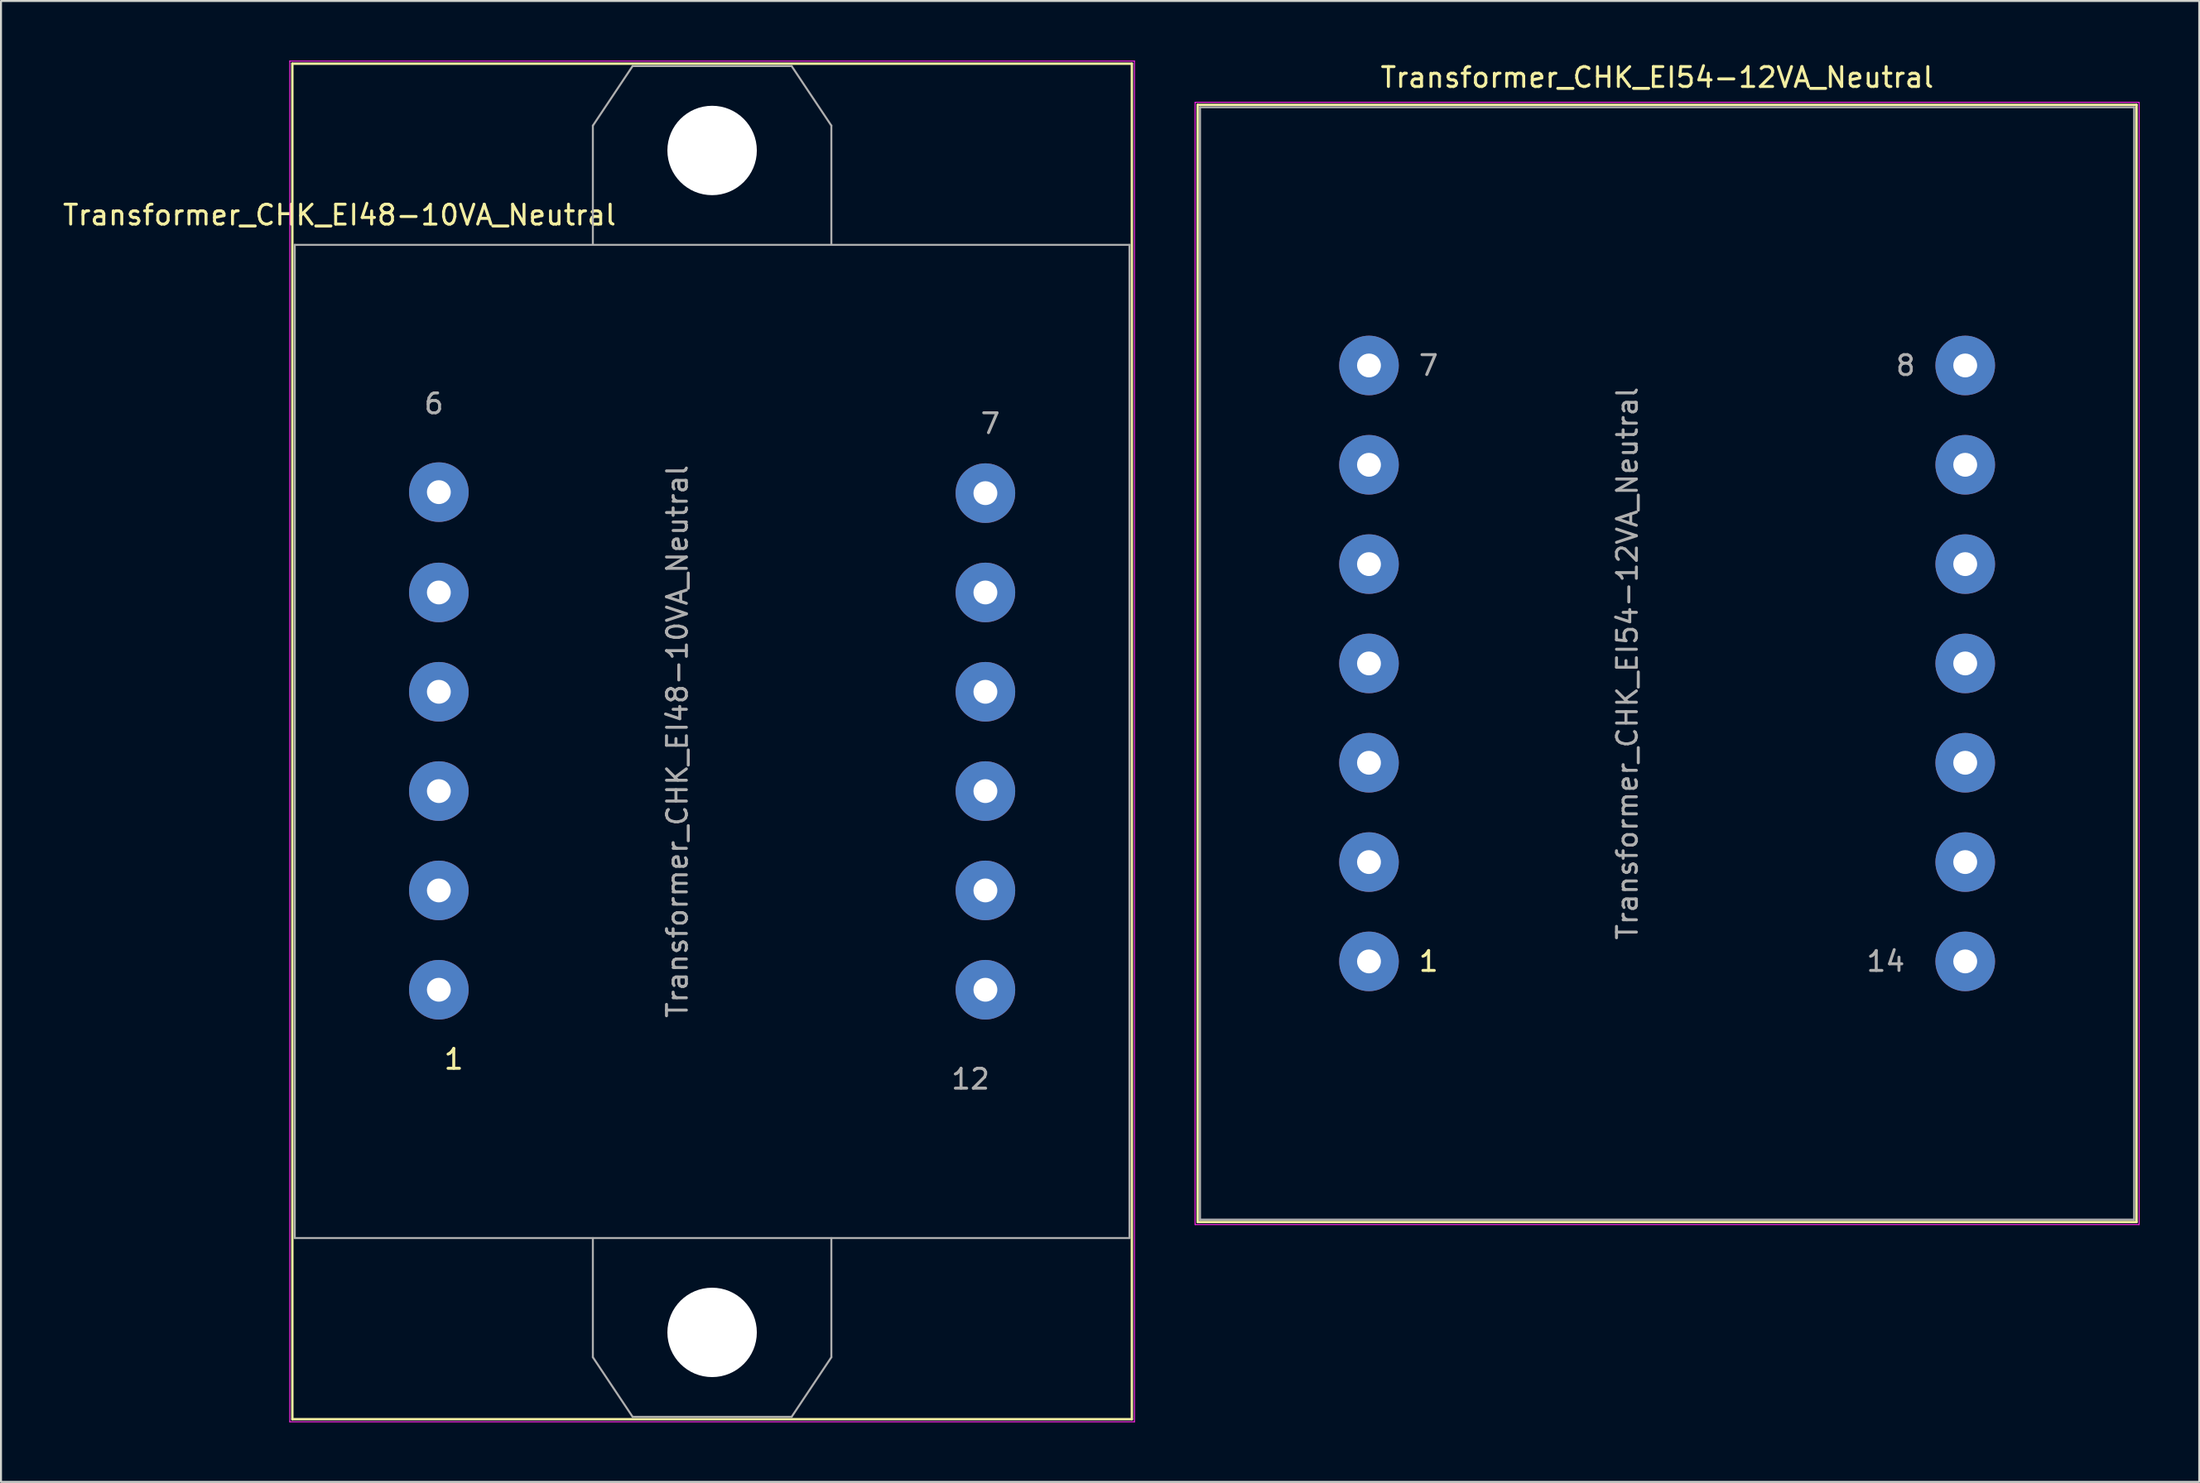
<source format=kicad_pcb>
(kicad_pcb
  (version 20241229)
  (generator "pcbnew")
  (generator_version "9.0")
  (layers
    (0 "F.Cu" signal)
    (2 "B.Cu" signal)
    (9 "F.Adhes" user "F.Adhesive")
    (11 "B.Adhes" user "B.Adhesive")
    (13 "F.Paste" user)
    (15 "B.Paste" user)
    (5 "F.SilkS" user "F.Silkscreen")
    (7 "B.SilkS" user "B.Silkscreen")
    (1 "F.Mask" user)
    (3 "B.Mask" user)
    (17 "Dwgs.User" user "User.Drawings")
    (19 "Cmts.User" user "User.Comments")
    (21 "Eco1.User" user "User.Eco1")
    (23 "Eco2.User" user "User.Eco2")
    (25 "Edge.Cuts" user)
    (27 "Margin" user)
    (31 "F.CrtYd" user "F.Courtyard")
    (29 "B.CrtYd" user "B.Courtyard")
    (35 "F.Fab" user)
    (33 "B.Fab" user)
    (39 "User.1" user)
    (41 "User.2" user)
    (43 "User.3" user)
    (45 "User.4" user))
  (footprint "Transformer_CHK_EI48-10VA_Neutral"
    (layer "F.Cu")
    (at 19.03 46.775)
    (property "Reference" "Transformer_CHK_EI48-10VA_Neutral" (at -5 -39 0) (layer "F.SilkS") (effects (font (size 1 1) (thickness 0.15))))
    (attr through_hole)
    (fp_line (start -7.37 -46.62) (end -7.37 21.62) (stroke (width 0.12) (type solid)) (layer "F.SilkS"))
    (fp_line (start -7.37 -46.62) (end 34.87 -46.62) (stroke (width 0.12) (type solid)) (layer "F.SilkS"))
    (fp_line (start 34.87 21.62) (end -7.37 21.62) (stroke (width 0.12) (type solid)) (layer "F.SilkS"))
    (fp_line (start 34.87 21.62) (end 34.87 -46.62) (stroke (width 0.12) (type solid)) (layer "F.SilkS"))
    (fp_line (start -7.5 -46.75) (end -7.5 21.75) (stroke (width 0.05) (type solid)) (layer "F.CrtYd"))
    (fp_line (start -7.5 -46.75) (end 35 -46.75) (stroke (width 0.05) (type solid)) (layer "F.CrtYd"))
    (fp_line (start 35 21.75) (end -7.5 21.75) (stroke (width 0.05) (type solid)) (layer "F.CrtYd"))
    (fp_line (start 35 21.75) (end 35 -46.75) (stroke (width 0.05) (type solid)) (layer "F.CrtYd"))
    (fp_line (start -7.25 -37.5) (end -7.25 12.5) (stroke (width 0.1) (type solid)) (layer "F.Fab"))
    (fp_line (start -7.25 12.5) (end 34.75 12.5) (stroke (width 0.1) (type solid)) (layer "F.Fab"))
    (fp_line (start 7.75 -43.5) (end 7.75 -37.5) (stroke (width 0.1) (type solid)) (layer "F.Fab"))
    (fp_line (start 7.75 18.5) (end 7.75 12.5) (stroke (width 0.1) (type solid)) (layer "F.Fab"))
    (fp_line (start 9.75 -46.5) (end 7.75 -43.5) (stroke (width 0.1) (type solid)) (layer "F.Fab"))
    (fp_line (start 9.75 21.5) (end 7.75 18.5) (stroke (width 0.1) (type solid)) (layer "F.Fab"))
    (fp_line (start 17.75 -46.5) (end 9.75 -46.5) (stroke (width 0.1) (type solid)) (layer "F.Fab"))
    (fp_line (start 17.75 21.5) (end 9.75 21.5) (stroke (width 0.1) (type solid)) (layer "F.Fab"))
    (fp_line (start 19.75 -43.5) (end 17.75 -46.5) (stroke (width 0.1) (type solid)) (layer "F.Fab"))
    (fp_line (start 19.75 -37.5) (end 19.75 -43.5) (stroke (width 0.1) (type solid)) (layer "F.Fab"))
    (fp_line (start 19.75 12.5) (end 19.75 18.5) (stroke (width 0.1) (type solid)) (layer "F.Fab"))
    (fp_line (start 19.75 18.5) (end 17.75 21.5) (stroke (width 0.1) (type solid)) (layer "F.Fab"))
    (fp_line (start 34.75 -37.5) (end -7.25 -37.5) (stroke (width 0.1) (type solid)) (layer "F.Fab"))
    (fp_line (start 34.75 12.5) (end 34.75 -37.5) (stroke (width 0.1) (type solid)) (layer "F.Fab"))
    (fp_text user "1" (at 0.75 3.5 0) (layer "F.SilkS") (effects (font (size 1 1) (thickness 0.15))))
    (fp_text user "6" (at -0.25 -29.5 0) (layer "F.Fab") (effects (font (size 1 1) (thickness 0.15))))
    (fp_text user "${REFERENCE}" (at 12 -12.5 90) (layer "F.Fab") (effects (font (size 1 1) (thickness 0.15))))
    (fp_text user "7" (at 27.75 -28.5 0) (layer "F.Fab") (effects (font (size 1 1) (thickness 0.15))))
    (fp_text user "12" (at 26.75 4.5 0) (layer "F.Fab") (effects (font (size 1 1) (thickness 0.15))))
    (pad "" np_thru_hole circle (at 13.75 -42.25) (size 4.5 4.5) (drill 4.5) (layers "*.Cu" "*.Mask"))
    (pad "" np_thru_hole circle (at 13.75 17.25) (size 4.5 4.5) (drill 4.5) (layers "*.Cu" "*.Mask"))
    (pad "1" thru_hole circle (at 0 0) (size 3 3) (drill 1.2) (layers "*.Cu" "*.Mask"))
    (pad "2" thru_hole circle (at 0 -5) (size 3 3) (drill 1.2) (layers "*.Cu" "*.Mask"))
    (pad "3" thru_hole circle (at 0 -10) (size 3 3) (drill 1.2) (layers "*.Cu" "*.Mask"))
    (pad "4" thru_hole circle (at 0 -15) (size 3 3) (drill 1.2) (layers "*.Cu" "*.Mask"))
    (pad "5" thru_hole circle (at 0 -20) (size 3 3) (drill 1.2) (layers "*.Cu" "*.Mask"))
    (pad "6" thru_hole circle (at 0 -25.05) (size 3 3) (drill 1.2) (layers "*.Cu" "*.Mask"))
    (pad "7" thru_hole circle (at 27.5 -25) (size 3 3) (drill 1.2) (layers "*.Cu" "*.Mask"))
    (pad "8" thru_hole circle (at 27.5 -20) (size 3 3) (drill 1.2) (layers "*.Cu" "*.Mask"))
    (pad "9" thru_hole circle (at 27.5 -15) (size 3 3) (drill 1.2) (layers "*.Cu" "*.Mask"))
    (pad "10" thru_hole circle (at 27.5 -10) (size 3 3) (drill 1.2) (layers "*.Cu" "*.Mask"))
    (pad "11" thru_hole circle (at 27.5 -5) (size 3 3) (drill 1.2) (layers "*.Cu" "*.Mask"))
    (pad "12" thru_hole circle (at 27.5 0) (size 3 3) (drill 1.2) (layers "*.Cu" "*.Mask")))
  (footprint "Transformer_CHK_EI54-12VA_Neutral"
    (layer "F.Cu")
    (at 65.83 45.348)
    (property "Reference" "Transformer_CHK_EI54-12VA_Neutral" (at 14.5 -44.5 0) (layer "F.SilkS") (effects (font (size 1 1) (thickness 0.15))))
    (attr through_hole)
    (fp_line (start -8.62 -43.12) (end -8.62 13.12) (stroke (width 0.12) (type solid)) (layer "F.SilkS"))
    (fp_line (start -8.62 -43.12) (end 38.62 -43.12) (stroke (width 0.12) (type solid)) (layer "F.SilkS"))
    (fp_line (start 38.62 13.12) (end -8.62 13.12) (stroke (width 0.12) (type solid)) (layer "F.SilkS"))
    (fp_line (start 38.62 13.12) (end 38.62 -43.12) (stroke (width 0.12) (type solid)) (layer "F.SilkS"))
    (fp_line (start -8.75 -43.25) (end -8.75 13.25) (stroke (width 0.05) (type solid)) (layer "F.CrtYd"))
    (fp_line (start -8.75 -43.25) (end 38.75 -43.25) (stroke (width 0.05) (type solid)) (layer "F.CrtYd"))
    (fp_line (start 38.75 13.25) (end -8.75 13.25) (stroke (width 0.05) (type solid)) (layer "F.CrtYd"))
    (fp_line (start 38.75 13.25) (end 38.75 -43.25) (stroke (width 0.05) (type solid)) (layer "F.CrtYd"))
    (fp_line (start -8.5 -43) (end -8.5 13) (stroke (width 0.1) (type solid)) (layer "F.Fab"))
    (fp_line (start -8.5 13) (end 38.5 13) (stroke (width 0.1) (type solid)) (layer "F.Fab"))
    (fp_line (start 38.5 -43) (end -8.5 -43) (stroke (width 0.1) (type solid)) (layer "F.Fab"))
    (fp_line (start 38.5 13) (end 38.5 -43) (stroke (width 0.1) (type solid)) (layer "F.Fab"))
    (fp_text user "1" (at 3 0 0) (layer "F.SilkS") (effects (font (size 1 1) (thickness 0.15))))
    (fp_text user "8" (at 27 -30 0) (layer "F.Fab") (effects (font (size 1 1) (thickness 0.15))))
    (fp_text user "${REFERENCE}" (at 13 -15 90) (layer "F.Fab") (effects (font (size 1 1) (thickness 0.15))))
    (fp_text user "14" (at 26 0 0) (layer "F.Fab") (effects (font (size 1 1) (thickness 0.15))))
    (fp_text user "7" (at 3 -30 0) (layer "F.Fab") (effects (font (size 1 1) (thickness 0.15))))
    (pad "1" thru_hole circle (at 0 0) (size 3 3) (drill 1.2) (layers "*.Cu" "*.Mask"))
    (pad "2" thru_hole circle (at 0 -5) (size 3 3) (drill 1.2) (layers "*.Cu" "*.Mask"))
    (pad "3" thru_hole circle (at 0 -10) (size 3 3) (drill 1.2) (layers "*.Cu" "*.Mask"))
    (pad "4" thru_hole circle (at 0 -15) (size 3 3) (drill 1.2) (layers "*.Cu" "*.Mask"))
    (pad "5" thru_hole circle (at 0 -20) (size 3 3) (drill 1.2) (layers "*.Cu" "*.Mask"))
    (pad "6" thru_hole circle (at 0 -25) (size 3 3) (drill 1.2) (layers "*.Cu" "*.Mask"))
    (pad "7" thru_hole circle (at 0 -30) (size 3 3) (drill 1.2) (layers "*.Cu" "*.Mask"))
    (pad "8" thru_hole circle (at 30 -30) (size 3 3) (drill 1.2) (layers "*.Cu" "*.Mask"))
    (pad "9" thru_hole circle (at 30 -25) (size 3 3) (drill 1.2) (layers "*.Cu" "*.Mask"))
    (pad "10" thru_hole circle (at 30 -20) (size 3 3) (drill 1.2) (layers "*.Cu" "*.Mask"))
    (pad "11" thru_hole circle (at 30 -15) (size 3 3) (drill 1.2) (layers "*.Cu" "*.Mask"))
    (pad "12" thru_hole circle (at 30 -10) (size 3 3) (drill 1.2) (layers "*.Cu" "*.Mask"))
    (pad "13" thru_hole circle (at 30 -5) (size 3 3) (drill 1.2) (layers "*.Cu" "*.Mask"))
    (pad "14" thru_hole circle (at 30 0) (size 3 3) (drill 1.2) (layers "*.Cu" "*.Mask")))
  (gr_rect
    (start -3 -3)
    (end 107.605 71.55)
    (stroke (width 0.1) (type default))
    (fill no)
    (layer "Edge.Cuts")))
</source>
